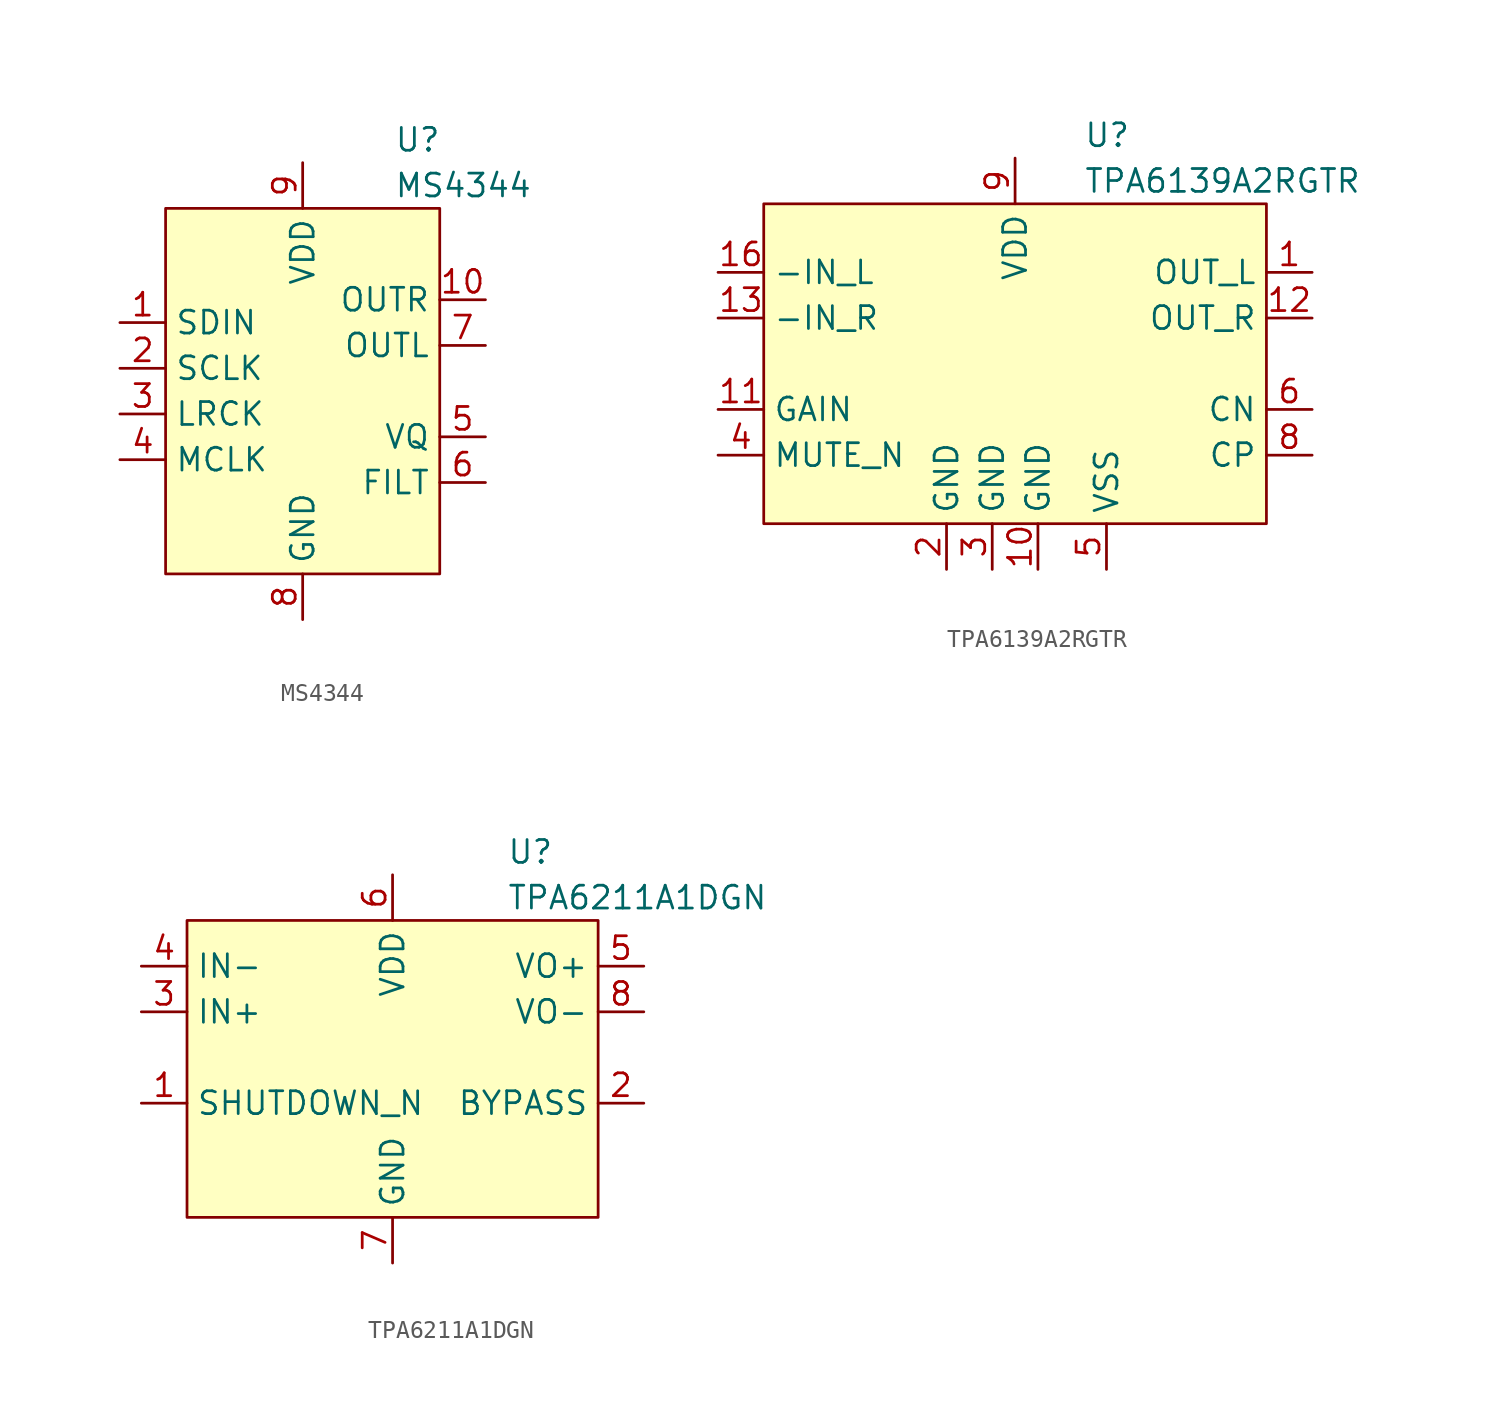
<source format=kicad_sym>
(kicad_symbol_lib
  (version 20220914)
  (generator kicad_symbol_editor)
  (symbol "MS4344"
    (property "Reference" "U"
      (at 5.08 13.97 0)
      (effects (font (size 1.27 1.27)) (justify left)))
    (property "Value" "MS4344"
      (at 5.08 11.43 0)
      (effects (font (size 1.27 1.27)) (justify left)))
    (symbol "MS4344_0_0"
      (pin input line (at -10.16 3.81 0) (length 2.54) (name "SDIN" (effects (font (size 1.27 1.27)))) (number "1" (effects (font (size 1.27 1.27)))))
      (pin output line (at 10.16 5.08 180) (length 2.54) (name "OUTR" (effects (font (size 1.27 1.27)))) (number "10" (effects (font (size 1.27 1.27)))))
      (pin input line (at -10.16 1.27 0) (length 2.54) (name "SCLK" (effects (font (size 1.27 1.27)))) (number "2" (effects (font (size 1.27 1.27)))))
      (pin input line (at -10.16 -1.27 0) (length 2.54) (name "LRCK" (effects (font (size 1.27 1.27)))) (number "3" (effects (font (size 1.27 1.27)))))
      (pin input line (at -10.16 -3.81 0) (length 2.54) (name "MCLK" (effects (font (size 1.27 1.27)))) (number "4" (effects (font (size 1.27 1.27)))))
      (pin output line (at 10.16 2.54 180) (length 2.54) (name "OUTL" (effects (font (size 1.27 1.27)))) (number "7" (effects (font (size 1.27 1.27)))))
      (pin power_in line (at 0 -12.7 90) (length 2.54) (name "GND" (effects (font (size 1.27 1.27)))) (number "8" (effects (font (size 1.27 1.27)))))
      (pin power_in line (at 0 12.7 270) (length 2.54) (name "VDD" (effects (font (size 1.27 1.27)))) (number "9" (effects (font (size 1.27 1.27))))))
    (symbol "MS4344_1_0"
      (pin output line (at 10.16 -2.54 180) (length 2.54) (name "VQ" (effects (font (size 1.27 1.27)))) (number "5" (effects (font (size 1.27 1.27)))))
      (pin output line (at 10.16 -5.08 180) (length 2.54) (name "FILT" (effects (font (size 1.27 1.27)))) (number "6" (effects (font (size 1.27 1.27))))))
    (symbol "MS4344_1_1"
      (rectangle (start -7.62 10.16) (end 7.62 -10.16) (stroke (width 0) (type default)) (fill (type background)))))
  (symbol "TPA6139A2RGTR"
    (property "Reference" "U"
      (at 3.81 16.51 0)
      (effects (font (size 1.27 1.27)) (justify left)))
    (property "Value" "TPA6139A2RGTR"
      (at 3.81 13.97 0)
      (effects (font (size 1.27 1.27)) (justify left)))
    (symbol "TPA6139A2RGTR_1_0"
      (pin output line (at 16.51 8.89 180) (length 2.54) (name "OUT_L" (effects (font (size 1.27 1.27)))) (number "1" (effects (font (size 1.27 1.27)))))
      (pin power_in line (at 1.27 -7.62 90) (length 2.54) (name "GND" (effects (font (size 1.27 1.27)))) (number "10" (effects (font (size 1.27 1.27)))))
      (pin input line (at -16.51 1.27 0) (length 2.54) (name "GAIN" (effects (font (size 1.27 1.27)))) (number "11" (effects (font (size 1.27 1.27)))))
      (pin output line (at 16.51 6.35 180) (length 2.54) (name "OUT_R" (effects (font (size 1.27 1.27)))) (number "12" (effects (font (size 1.27 1.27)))))
      (pin input line (at -16.51 6.35 0) (length 2.54) (name "-IN_R" (effects (font (size 1.27 1.27)))) (number "13" (effects (font (size 1.27 1.27)))))
      (pin input line (at -16.51 8.89 0) (length 2.54) (name "-IN_L" (effects (font (size 1.27 1.27)))) (number "16" (effects (font (size 1.27 1.27)))))
      (pin power_in line (at -3.81 -7.62 90) (length 2.54) (name "GND" (effects (font (size 1.27 1.27)))) (number "2" (effects (font (size 1.27 1.27)))))
      (pin power_in line (at -1.27 -7.62 90) (length 2.54) (name "GND" (effects (font (size 1.27 1.27)))) (number "3" (effects (font (size 1.27 1.27)))))
      (pin input line (at -16.51 -1.27 0) (length 2.54) (name "MUTE_N" (effects (font (size 1.27 1.27)))) (number "4" (effects (font (size 1.27 1.27)))))
      (pin power_out line (at 5.08 -7.62 90) (length 2.54) (name "VSS" (effects (font (size 1.27 1.27)))) (number "5" (effects (font (size 1.27 1.27)))))
      (pin output line (at 16.51 1.27 180) (length 2.54) (name "CN" (effects (font (size 1.27 1.27)))) (number "6" (effects (font (size 1.27 1.27)))))
      (pin output line (at 16.51 -1.27 180) (length 2.54) (name "CP" (effects (font (size 1.27 1.27)))) (number "8" (effects (font (size 1.27 1.27)))))
      (pin power_in line (at 0 15.24 270) (length 2.54) (name "VDD" (effects (font (size 1.27 1.27)))) (number "9" (effects (font (size 1.27 1.27))))))
    (symbol "TPA6139A2RGTR_1_1"
      (rectangle (start -13.97 12.7) (end 13.97 -5.08) (stroke (width 0) (type default)) (fill (type background)))))
  (symbol "TPA6211A1DGN"
    (property "Reference" "U"
      (at 6.35 11.43 0)
      (effects (font (size 1.27 1.27)) (justify left)))
    (property "Value" "TPA6211A1DGN"
      (at 6.35 8.89 0)
      (effects (font (size 1.27 1.27)) (justify left)))
    (symbol "TPA6211A1DGN_1_0"
      (pin input line (at -13.97 -2.54 0) (length 2.54) (name "SHUTDOWN_N" (effects (font (size 1.27 1.27)))) (number "1" (effects (font (size 1.27 1.27)))))
      (pin input line (at 13.97 -2.54 180) (length 2.54) (name "BYPASS" (effects (font (size 1.27 1.27)))) (number "2" (effects (font (size 1.27 1.27)))))
      (pin input line (at -13.97 2.54 0) (length 2.54) (name "IN+" (effects (font (size 1.27 1.27)))) (number "3" (effects (font (size 1.27 1.27)))))
      (pin input line (at -13.97 5.08 0) (length 2.54) (name "IN-" (effects (font (size 1.27 1.27)))) (number "4" (effects (font (size 1.27 1.27)))))
      (pin output line (at 13.97 5.08 180) (length 2.54) (name "VO+" (effects (font (size 1.27 1.27)))) (number "5" (effects (font (size 1.27 1.27)))))
      (pin power_in line (at 0 10.16 270) (length 2.54) (name "VDD" (effects (font (size 1.27 1.27)))) (number "6" (effects (font (size 1.27 1.27)))))
      (pin power_in line (at 0 -11.43 90) (length 2.54) (name "GND" (effects (font (size 1.27 1.27)))) (number "7" (effects (font (size 1.27 1.27)))))
      (pin output line (at 13.97 2.54 180) (length 2.54) (name "VO-" (effects (font (size 1.27 1.27)))) (number "8" (effects (font (size 1.27 1.27))))))
    (symbol "TPA6211A1DGN_1_1"
      (rectangle (start -11.43 7.62) (end 11.43 -8.89) (stroke (width 0) (type default)) (fill (type background))))))
</source>
